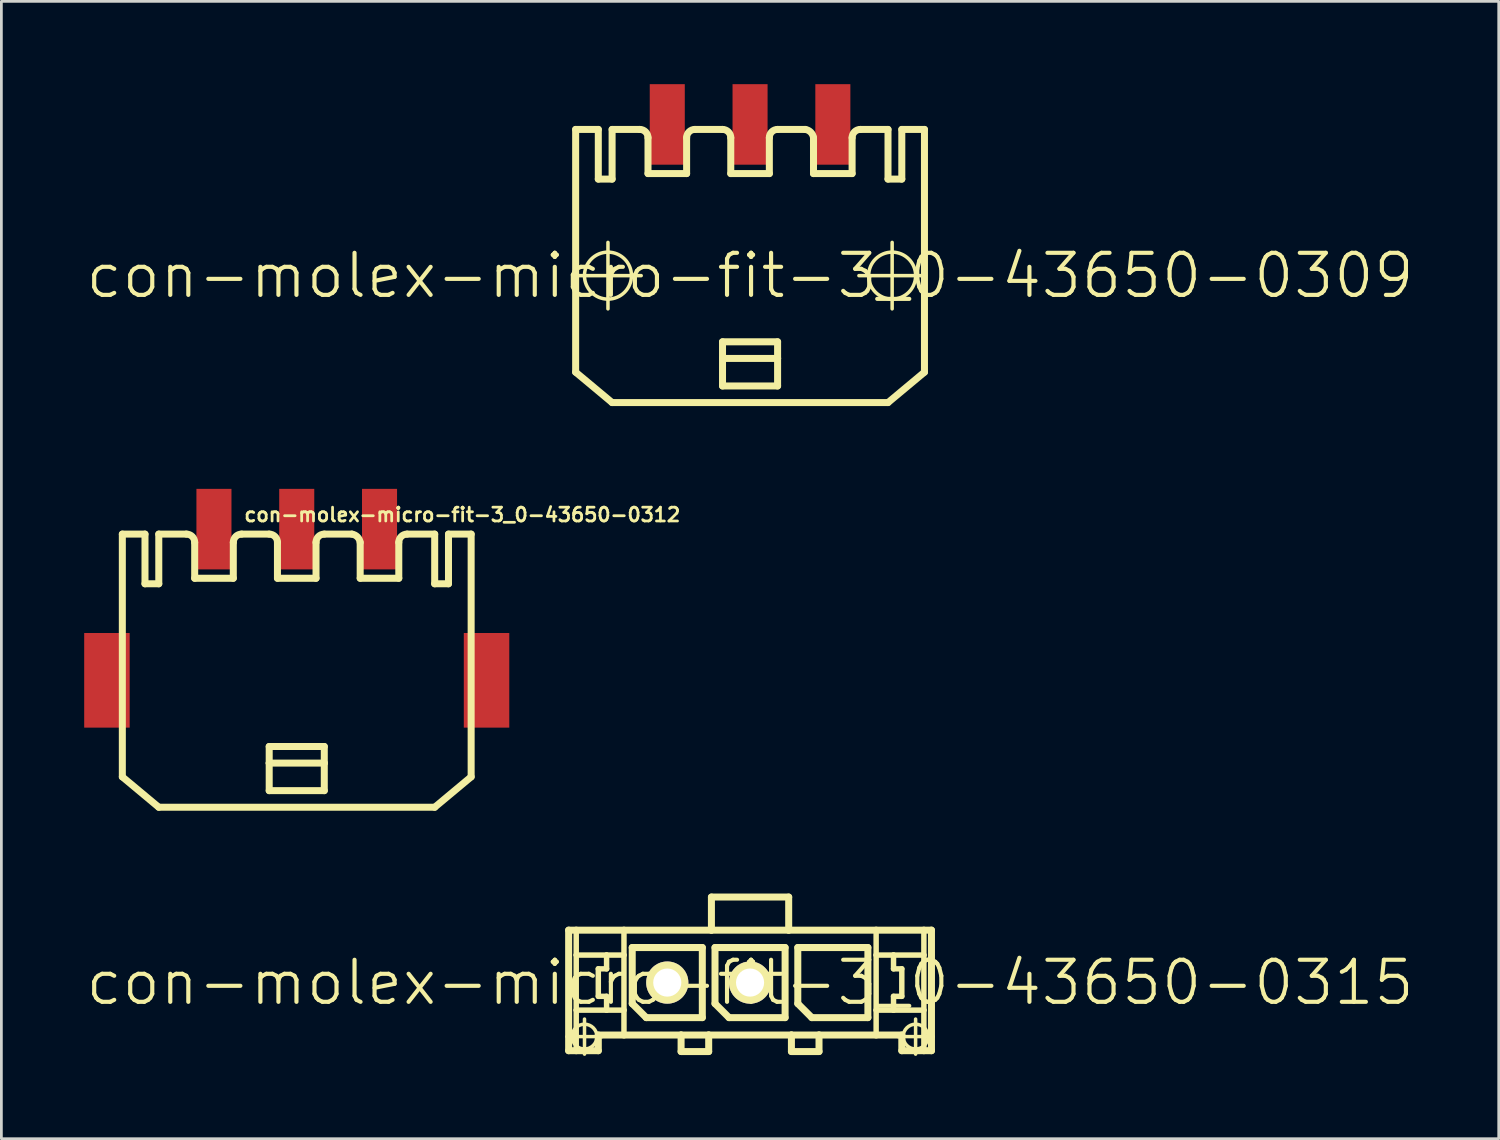
<source format=kicad_pcb>
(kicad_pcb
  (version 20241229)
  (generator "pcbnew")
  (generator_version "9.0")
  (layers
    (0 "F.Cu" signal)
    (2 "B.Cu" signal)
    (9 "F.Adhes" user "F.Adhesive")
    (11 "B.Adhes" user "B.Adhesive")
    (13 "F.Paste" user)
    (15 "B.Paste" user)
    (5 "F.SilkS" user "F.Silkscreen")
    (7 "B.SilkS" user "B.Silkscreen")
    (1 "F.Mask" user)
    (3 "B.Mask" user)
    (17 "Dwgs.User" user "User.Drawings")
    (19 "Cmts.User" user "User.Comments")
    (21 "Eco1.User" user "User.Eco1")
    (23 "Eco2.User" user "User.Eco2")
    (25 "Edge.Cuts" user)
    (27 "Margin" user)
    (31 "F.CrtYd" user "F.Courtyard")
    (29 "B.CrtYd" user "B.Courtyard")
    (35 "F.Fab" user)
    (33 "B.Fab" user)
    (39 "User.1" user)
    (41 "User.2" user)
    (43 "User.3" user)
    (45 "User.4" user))
  (footprint "con-molex-micro-fit-3_0-43650-0312"
    (layer "F.Cu")
    (at 7.703 21.603)
    (property "Reference" "con-molex-micro-fit-3_0-43650-0312" (at 6 -6 0) (layer "F.SilkS") (effects (font (size 0.5 0.5) (thickness 0.1))))
    (attr smd)
    (fp_line (start -6.32 -5.298) (end -5.499 -5.298) (stroke (width 0.254) (type solid)) (layer "F.SilkS"))
    (fp_line (start -6.32 3.498) (end -6.32 -5.298) (stroke (width 0.254) (type solid)) (layer "F.SilkS"))
    (fp_line (start -6.32 3.498) (end -4.999 4.6) (stroke (width 0.254) (type solid)) (layer "F.SilkS"))
    (fp_line (start -5.499 -5.298) (end -5.499 -3.498) (stroke (width 0.254) (type solid)) (layer "F.SilkS"))
    (fp_line (start -5.499 -3.498) (end -4.999 -3.498) (stroke (width 0.254) (type solid)) (layer "F.SilkS"))
    (fp_line (start -4.999 -5.298) (end -3.998 -5.298) (stroke (width 0.254) (type solid)) (layer "F.SilkS"))
    (fp_line (start -4.999 -3.498) (end -4.999 -5.298) (stroke (width 0.254) (type solid)) (layer "F.SilkS"))
    (fp_line (start -3.698 -3.698) (end -3.698 -4.999) (stroke (width 0.254) (type solid)) (layer "F.SilkS"))
    (fp_line (start -3.698 -3.698) (end -2.299 -3.698) (stroke (width 0.254) (type solid)) (layer "F.SilkS"))
    (fp_line (start -2.299 -3.698) (end -2.299 -4.999) (stroke (width 0.254) (type solid)) (layer "F.SilkS"))
    (fp_line (start -1.999 -5.298) (end -0.998 -5.298) (stroke (width 0.254) (type solid)) (layer "F.SilkS"))
    (fp_line (start -0.998 2.398) (end 0.998 2.398) (stroke (width 0.254) (type solid)) (layer "F.SilkS"))
    (fp_line (start -0.998 3) (end -0.998 2.398) (stroke (width 0.254) (type solid)) (layer "F.SilkS"))
    (fp_line (start -0.998 3) (end 0.998 3) (stroke (width 0.254) (type solid)) (layer "F.SilkS"))
    (fp_line (start -0.998 3.998) (end -0.998 3) (stroke (width 0.254) (type solid)) (layer "F.SilkS"))
    (fp_line (start -0.699 -3.698) (end -0.699 -4.999) (stroke (width 0.254) (type solid)) (layer "F.SilkS"))
    (fp_line (start -0.699 -3.698) (end 0.699 -3.698) (stroke (width 0.254) (type solid)) (layer "F.SilkS"))
    (fp_line (start 0.699 -3.698) (end 0.699 -4.999) (stroke (width 0.254) (type solid)) (layer "F.SilkS"))
    (fp_line (start 0.998 -5.298) (end 1.999 -5.298) (stroke (width 0.254) (type solid)) (layer "F.SilkS"))
    (fp_line (start 0.998 2.398) (end 0.998 3) (stroke (width 0.254) (type solid)) (layer "F.SilkS"))
    (fp_line (start 0.998 3) (end 0.998 3.998) (stroke (width 0.254) (type solid)) (layer "F.SilkS"))
    (fp_line (start 0.998 3.998) (end -0.998 3.998) (stroke (width 0.254) (type solid)) (layer "F.SilkS"))
    (fp_line (start 2.299 -4.999) (end 2.299 -3.698) (stroke (width 0.254) (type solid)) (layer "F.SilkS"))
    (fp_line (start 2.299 -3.698) (end 3.698 -3.698) (stroke (width 0.254) (type solid)) (layer "F.SilkS"))
    (fp_line (start 3.698 -3.698) (end 3.698 -4.999) (stroke (width 0.254) (type solid)) (layer "F.SilkS"))
    (fp_line (start 3.998 -5.298) (end 4.999 -5.298) (stroke (width 0.254) (type solid)) (layer "F.SilkS"))
    (fp_line (start 4.999 -3.498) (end 4.999 -5.298) (stroke (width 0.254) (type solid)) (layer "F.SilkS"))
    (fp_line (start 4.999 4.6) (end -4.999 4.6) (stroke (width 0.254) (type solid)) (layer "F.SilkS"))
    (fp_line (start 5.499 -5.298) (end 5.499 -3.498) (stroke (width 0.254) (type solid)) (layer "F.SilkS"))
    (fp_line (start 5.499 -5.298) (end 6.32 -5.298) (stroke (width 0.254) (type solid)) (layer "F.SilkS"))
    (fp_line (start 5.499 -3.498) (end 4.999 -3.498) (stroke (width 0.254) (type solid)) (layer "F.SilkS"))
    (fp_line (start 6.32 -5.298) (end 6.32 3.498) (stroke (width 0.254) (type solid)) (layer "F.SilkS"))
    (fp_line (start 6.32 3.498) (end 4.999 4.6) (stroke (width 0.254) (type solid)) (layer "F.SilkS"))
    (fp_arc (start -3.99796 -5.29844) (mid -3.786026 -5.210654) (end -3.69824 -4.99872) (stroke (width 0.254) (type solid)) (layer "F.SilkS"))
    (fp_arc (start -2.2987 -4.99872) (mid -2.210914 -5.210654) (end -1.99898 -5.29844) (stroke (width 0.254) (type solid)) (layer "F.SilkS"))
    (fp_arc (start -0.99822 -5.29844) (mid -0.786286 -5.210654) (end -0.6985 -4.99872) (stroke (width 0.254) (type solid)) (layer "F.SilkS"))
    (fp_arc (start 0.6985 -4.99872) (mid 0.786286 -5.210654) (end 0.99822 -5.29844) (stroke (width 0.254) (type solid)) (layer "F.SilkS"))
    (fp_arc (start 1.99898 -5.29844) (mid 2.199045 -5.197943) (end 2.298869 -4.997541) (stroke (width 0.254) (type solid)) (layer "F.SilkS"))
    (fp_arc (start 3.69824 -4.99872) (mid 3.786026 -5.210654) (end 3.99796 -5.29844) (stroke (width 0.254) (type solid)) (layer "F.SilkS"))
    (pad "1" smd rect (at 3 -5.479) (size 1.27 2.918) (layers "F.Cu" "F.Mask" "F.Paste"))
    (pad "2" smd rect (at 0 -5.479) (size 1.27 2.918) (layers "F.Cu" "F.Mask" "F.Paste"))
    (pad "3" smd rect (at -3 -5.479) (size 1.27 2.918) (layers "F.Cu" "F.Mask" "F.Paste"))
    (pad "TAB1" smd rect (at 6.878 0) (size 1.648 3.429) (layers "F.Cu" "F.Mask" "F.Paste"))
    (pad "TAB2" smd rect (at -6.878 0) (size 1.648 3.429) (layers "F.Cu" "F.Mask" "F.Paste")))
  (footprint "con-molex-micro-fit-3_0-43650-0315"
    (layer "F.Cu")
    (at 24.13 32.556)
    (property "Reference" "con-molex-micro-fit-3_0-43650-0315" (at 0 0 0) (layer "F.SilkS") (effects (font (size 1.524 1.524) (thickness 0.15))))
    (attr exclude_from_pos_files exclude_from_bom)
    (fp_line (start -6.634 1.958) (end -5.364 1.958) (stroke (width 0.127) (type solid)) (layer "F.SilkS"))
    (fp_line (start -6.574 -1.9) (end -6.299 -1.9) (stroke (width 0.254) (type solid)) (layer "F.SilkS"))
    (fp_line (start -6.574 2.469) (end -6.574 -1.9) (stroke (width 0.254) (type solid)) (layer "F.SilkS"))
    (fp_line (start -6.299 -1.9) (end -4.569 -1.9) (stroke (width 0.254) (type solid)) (layer "F.SilkS"))
    (fp_line (start -6.299 -0.998) (end -6.299 -1.9) (stroke (width 0.198) (type solid)) (layer "F.SilkS"))
    (fp_line (start -6.299 0.998) (end -6.299 -0.998) (stroke (width 0.198) (type solid)) (layer "F.SilkS"))
    (fp_line (start -6.299 2.469) (end -6.574 2.469) (stroke (width 0.254) (type solid)) (layer "F.SilkS"))
    (fp_line (start -6.299 2.469) (end -6.299 0.998) (stroke (width 0.198) (type solid)) (layer "F.SilkS"))
    (fp_line (start -5.999 2.593) (end -5.999 1.323) (stroke (width 0.127) (type solid)) (layer "F.SilkS"))
    (fp_line (start -5.499 -0.498) (end -5.499 0.498) (stroke (width 0.198) (type solid)) (layer "F.SilkS"))
    (fp_line (start -5.499 0.498) (end -5.199 0.498) (stroke (width 0.198) (type solid)) (layer "F.SilkS"))
    (fp_line (start -5.499 1.9) (end -5.499 2.469) (stroke (width 0.254) (type solid)) (layer "F.SilkS"))
    (fp_line (start -5.499 2.469) (end -6.299 2.469) (stroke (width 0.254) (type solid)) (layer "F.SilkS"))
    (fp_line (start -5.199 -0.998) (end -6.299 -0.998) (stroke (width 0.198) (type solid)) (layer "F.SilkS"))
    (fp_line (start -5.199 -0.998) (end -5.199 -0.498) (stroke (width 0.198) (type solid)) (layer "F.SilkS"))
    (fp_line (start -5.199 -0.498) (end -5.499 -0.498) (stroke (width 0.198) (type solid)) (layer "F.SilkS"))
    (fp_line (start -5.199 0.498) (end -5.199 0.998) (stroke (width 0.198) (type solid)) (layer "F.SilkS"))
    (fp_line (start -5.199 0.998) (end -6.299 0.998) (stroke (width 0.198) (type solid)) (layer "F.SilkS"))
    (fp_line (start -4.569 -1.9) (end -1.4 -1.9) (stroke (width 0.254) (type solid)) (layer "F.SilkS"))
    (fp_line (start -4.569 -0.998) (end -5.199 -0.998) (stroke (width 0.198) (type solid)) (layer "F.SilkS"))
    (fp_line (start -4.569 -0.998) (end -4.569 -1.9) (stroke (width 0.198) (type solid)) (layer "F.SilkS"))
    (fp_line (start -4.569 0.998) (end -5.199 0.998) (stroke (width 0.198) (type solid)) (layer "F.SilkS"))
    (fp_line (start -4.569 0.998) (end -4.569 -0.998) (stroke (width 0.198) (type solid)) (layer "F.SilkS"))
    (fp_line (start -4.569 1.9) (end -5.499 1.9) (stroke (width 0.254) (type solid)) (layer "F.SilkS"))
    (fp_line (start -4.569 1.9) (end -4.569 0.998) (stroke (width 0.198) (type solid)) (layer "F.SilkS"))
    (fp_line (start -4.27 -1.27) (end -1.73 -1.27) (stroke (width 0.254) (type solid)) (layer "F.SilkS"))
    (fp_line (start -4.27 0.762) (end -4.27 -1.27) (stroke (width 0.254) (type solid)) (layer "F.SilkS"))
    (fp_line (start -3.762 1.27) (end -4.27 0.762) (stroke (width 0.254) (type solid)) (layer "F.SilkS"))
    (fp_line (start -2.499 1.9) (end -4.569 1.9) (stroke (width 0.254) (type solid)) (layer "F.SilkS"))
    (fp_line (start -2.499 1.9) (end -2.499 2.499) (stroke (width 0.254) (type solid)) (layer "F.SilkS"))
    (fp_line (start -2.499 2.499) (end -1.499 2.499) (stroke (width 0.254) (type solid)) (layer "F.SilkS"))
    (fp_line (start -1.73 -1.27) (end -1.73 1.27) (stroke (width 0.254) (type solid)) (layer "F.SilkS"))
    (fp_line (start -1.73 1.27) (end -3.762 1.27) (stroke (width 0.254) (type solid)) (layer "F.SilkS"))
    (fp_line (start -1.499 1.9) (end -2.499 1.9) (stroke (width 0.254) (type solid)) (layer "F.SilkS"))
    (fp_line (start -1.499 2.499) (end -1.499 1.9) (stroke (width 0.254) (type solid)) (layer "F.SilkS"))
    (fp_line (start -1.4 -3.099) (end -1.4 -1.9) (stroke (width 0.254) (type solid)) (layer "F.SilkS"))
    (fp_line (start -1.4 -3.099) (end 1.4 -3.099) (stroke (width 0.254) (type solid)) (layer "F.SilkS"))
    (fp_line (start -1.4 -1.9) (end 1.4 -1.9) (stroke (width 0.254) (type solid)) (layer "F.SilkS"))
    (fp_line (start -1.27 -1.27) (end 1.27 -1.27) (stroke (width 0.254) (type solid)) (layer "F.SilkS"))
    (fp_line (start -1.27 0.762) (end -1.27 -1.27) (stroke (width 0.254) (type solid)) (layer "F.SilkS"))
    (fp_line (start -0.762 1.27) (end -1.27 0.762) (stroke (width 0.254) (type solid)) (layer "F.SilkS"))
    (fp_line (start 1.27 -1.27) (end 1.27 1.27) (stroke (width 0.254) (type solid)) (layer "F.SilkS"))
    (fp_line (start 1.27 1.27) (end -0.762 1.27) (stroke (width 0.254) (type solid)) (layer "F.SilkS"))
    (fp_line (start 1.4 -3.099) (end 1.4 -1.9) (stroke (width 0.254) (type solid)) (layer "F.SilkS"))
    (fp_line (start 1.4 -1.9) (end 4.569 -1.9) (stroke (width 0.254) (type solid)) (layer "F.SilkS"))
    (fp_line (start 1.499 1.9) (end -1.499 1.9) (stroke (width 0.254) (type solid)) (layer "F.SilkS"))
    (fp_line (start 1.499 1.9) (end 1.499 2.499) (stroke (width 0.254) (type solid)) (layer "F.SilkS"))
    (fp_line (start 1.499 2.499) (end 2.499 2.499) (stroke (width 0.254) (type solid)) (layer "F.SilkS"))
    (fp_line (start 1.73 -1.27) (end 4.27 -1.27) (stroke (width 0.254) (type solid)) (layer "F.SilkS"))
    (fp_line (start 1.73 0.762) (end 1.73 -1.27) (stroke (width 0.254) (type solid)) (layer "F.SilkS"))
    (fp_line (start 2.238 1.27) (end 1.73 0.762) (stroke (width 0.254) (type solid)) (layer "F.SilkS"))
    (fp_line (start 2.499 1.9) (end 1.499 1.9) (stroke (width 0.254) (type solid)) (layer "F.SilkS"))
    (fp_line (start 2.499 2.499) (end 2.499 1.9) (stroke (width 0.254) (type solid)) (layer "F.SilkS"))
    (fp_line (start 4.27 -1.27) (end 4.27 1.27) (stroke (width 0.254) (type solid)) (layer "F.SilkS"))
    (fp_line (start 4.27 1.27) (end 2.238 1.27) (stroke (width 0.254) (type solid)) (layer "F.SilkS"))
    (fp_line (start 4.569 -1.9) (end 4.569 -0.998) (stroke (width 0.198) (type solid)) (layer "F.SilkS"))
    (fp_line (start 4.569 -1.9) (end 6.299 -1.9) (stroke (width 0.254) (type solid)) (layer "F.SilkS"))
    (fp_line (start 4.569 -0.998) (end 4.569 0.998) (stroke (width 0.198) (type solid)) (layer "F.SilkS"))
    (fp_line (start 4.569 -0.998) (end 5.199 -0.998) (stroke (width 0.198) (type solid)) (layer "F.SilkS"))
    (fp_line (start 4.569 0.998) (end 4.569 1.9) (stroke (width 0.198) (type solid)) (layer "F.SilkS"))
    (fp_line (start 4.569 0.998) (end 5.199 0.998) (stroke (width 0.198) (type solid)) (layer "F.SilkS"))
    (fp_line (start 4.569 1.9) (end 2.499 1.9) (stroke (width 0.254) (type solid)) (layer "F.SilkS"))
    (fp_line (start 5.199 -0.998) (end 5.199 -0.498) (stroke (width 0.198) (type solid)) (layer "F.SilkS"))
    (fp_line (start 5.199 -0.998) (end 6.299 -0.998) (stroke (width 0.198) (type solid)) (layer "F.SilkS"))
    (fp_line (start 5.199 -0.498) (end 5.499 -0.498) (stroke (width 0.198) (type solid)) (layer "F.SilkS"))
    (fp_line (start 5.199 0.498) (end 5.199 0.998) (stroke (width 0.198) (type solid)) (layer "F.SilkS"))
    (fp_line (start 5.199 0.998) (end 6.299 0.998) (stroke (width 0.198) (type solid)) (layer "F.SilkS"))
    (fp_line (start 5.364 1.958) (end 6.634 1.958) (stroke (width 0.127) (type solid)) (layer "F.SilkS"))
    (fp_line (start 5.499 -0.498) (end 5.499 0.498) (stroke (width 0.198) (type solid)) (layer "F.SilkS"))
    (fp_line (start 5.499 0.498) (end 5.199 0.498) (stroke (width 0.198) (type solid)) (layer "F.SilkS"))
    (fp_line (start 5.499 1.9) (end 4.569 1.9) (stroke (width 0.254) (type solid)) (layer "F.SilkS"))
    (fp_line (start 5.499 2.469) (end 5.499 1.9) (stroke (width 0.254) (type solid)) (layer "F.SilkS"))
    (fp_line (start 5.499 2.469) (end 6.299 2.469) (stroke (width 0.254) (type solid)) (layer "F.SilkS"))
    (fp_line (start 5.999 2.593) (end 5.999 1.323) (stroke (width 0.127) (type solid)) (layer "F.SilkS"))
    (fp_line (start 6.299 -1.9) (end 6.574 -1.9) (stroke (width 0.254) (type solid)) (layer "F.SilkS"))
    (fp_line (start 6.299 -0.998) (end 6.299 -1.9) (stroke (width 0.198) (type solid)) (layer "F.SilkS"))
    (fp_line (start 6.299 0.998) (end 6.299 -0.998) (stroke (width 0.198) (type solid)) (layer "F.SilkS"))
    (fp_line (start 6.299 2.469) (end 6.299 0.998) (stroke (width 0.198) (type solid)) (layer "F.SilkS"))
    (fp_line (start 6.299 2.469) (end 6.574 2.469) (stroke (width 0.254) (type solid)) (layer "F.SilkS"))
    (fp_line (start 6.574 -1.9) (end 6.574 2.469) (stroke (width 0.254) (type solid)) (layer "F.SilkS"))
    (fp_circle (center -5.999 1.958) (end -6.317 2.276) (stroke (width 0.127) (type solid)) (fill no) (layer "F.SilkS"))
    (fp_circle (center 5.999 1.958) (end 6.317 2.276) (stroke (width 0.127) (type solid)) (fill no) (layer "F.SilkS"))
    (pad "P$1" thru_hole rect (at 3 0) (size 0.001 0.001) (drill 1.019) (layers "*.Cu" "F.Mask" "F.SilkS" "F.Paste"))
    (pad "P$2" thru_hole circle (at 0 0) (size 1.529 1.529) (drill 1.019) (layers "*.Cu" "F.Mask" "F.SilkS" "F.Paste"))
    (pad "P$3" thru_hole circle (at -3 0) (size 1.529 1.529) (drill 1.019) (layers "*.Cu" "F.Mask" "F.SilkS" "F.Paste")))
  (footprint "con-molex-micro-fit-3_0-43650-0309"
    (layer "F.Cu")
    (at 24.13 6.938)
    (property "Reference" "con-molex-micro-fit-3_0-43650-0309" (at 0 0 0) (layer "F.SilkS") (effects (font (size 1.524 1.524) (thickness 0.15))))
    (attr smd)
    (fp_line (start -6.353 0) (end -3.945 0) (stroke (width 0.127) (type solid)) (layer "F.SilkS"))
    (fp_line (start -6.32 -5.298) (end -5.499 -5.298) (stroke (width 0.254) (type solid)) (layer "F.SilkS"))
    (fp_line (start -6.32 3.498) (end -6.32 -5.298) (stroke (width 0.254) (type solid)) (layer "F.SilkS"))
    (fp_line (start -6.32 3.498) (end -4.999 4.6) (stroke (width 0.254) (type solid)) (layer "F.SilkS"))
    (fp_line (start -5.499 -5.298) (end -5.499 -3.498) (stroke (width 0.254) (type solid)) (layer "F.SilkS"))
    (fp_line (start -5.499 -3.498) (end -4.999 -3.498) (stroke (width 0.254) (type solid)) (layer "F.SilkS"))
    (fp_line (start -5.149 1.204) (end -5.149 -1.204) (stroke (width 0.127) (type solid)) (layer "F.SilkS"))
    (fp_line (start -4.999 -5.298) (end -3.998 -5.298) (stroke (width 0.254) (type solid)) (layer "F.SilkS"))
    (fp_line (start -4.999 -3.498) (end -4.999 -5.298) (stroke (width 0.254) (type solid)) (layer "F.SilkS"))
    (fp_line (start -3.698 -3.698) (end -3.698 -4.999) (stroke (width 0.254) (type solid)) (layer "F.SilkS"))
    (fp_line (start -3.698 -3.698) (end -2.299 -3.698) (stroke (width 0.254) (type solid)) (layer "F.SilkS"))
    (fp_line (start -2.299 -3.698) (end -2.299 -4.999) (stroke (width 0.254) (type solid)) (layer "F.SilkS"))
    (fp_line (start -1.999 -5.298) (end -0.998 -5.298) (stroke (width 0.254) (type solid)) (layer "F.SilkS"))
    (fp_line (start -0.998 2.398) (end 0.998 2.398) (stroke (width 0.254) (type solid)) (layer "F.SilkS"))
    (fp_line (start -0.998 3) (end -0.998 2.398) (stroke (width 0.254) (type solid)) (layer "F.SilkS"))
    (fp_line (start -0.998 3) (end 0.998 3) (stroke (width 0.254) (type solid)) (layer "F.SilkS"))
    (fp_line (start -0.998 3.998) (end -0.998 3) (stroke (width 0.254) (type solid)) (layer "F.SilkS"))
    (fp_line (start -0.699 -3.698) (end -0.699 -4.999) (stroke (width 0.254) (type solid)) (layer "F.SilkS"))
    (fp_line (start -0.699 -3.698) (end 0.699 -3.698) (stroke (width 0.254) (type solid)) (layer "F.SilkS"))
    (fp_line (start 0.699 -3.698) (end 0.699 -4.999) (stroke (width 0.254) (type solid)) (layer "F.SilkS"))
    (fp_line (start 0.998 -5.298) (end 1.999 -5.298) (stroke (width 0.254) (type solid)) (layer "F.SilkS"))
    (fp_line (start 0.998 2.398) (end 0.998 3) (stroke (width 0.254) (type solid)) (layer "F.SilkS"))
    (fp_line (start 0.998 3) (end 0.998 3.998) (stroke (width 0.254) (type solid)) (layer "F.SilkS"))
    (fp_line (start 0.998 3.998) (end -0.998 3.998) (stroke (width 0.254) (type solid)) (layer "F.SilkS"))
    (fp_line (start 2.299 -4.999) (end 2.299 -3.698) (stroke (width 0.254) (type solid)) (layer "F.SilkS"))
    (fp_line (start 2.299 -3.698) (end 3.698 -3.698) (stroke (width 0.254) (type solid)) (layer "F.SilkS"))
    (fp_line (start 3.698 -3.698) (end 3.698 -4.999) (stroke (width 0.254) (type solid)) (layer "F.SilkS"))
    (fp_line (start 3.945 0) (end 6.353 0) (stroke (width 0.127) (type solid)) (layer "F.SilkS"))
    (fp_line (start 3.998 -5.298) (end 4.999 -5.298) (stroke (width 0.254) (type solid)) (layer "F.SilkS"))
    (fp_line (start 4.999 -3.498) (end 4.999 -5.298) (stroke (width 0.254) (type solid)) (layer "F.SilkS"))
    (fp_line (start 4.999 4.6) (end -4.999 4.6) (stroke (width 0.254) (type solid)) (layer "F.SilkS"))
    (fp_line (start 5.149 1.204) (end 5.149 -1.204) (stroke (width 0.127) (type solid)) (layer "F.SilkS"))
    (fp_line (start 5.499 -5.298) (end 5.499 -3.498) (stroke (width 0.254) (type solid)) (layer "F.SilkS"))
    (fp_line (start 5.499 -5.298) (end 6.32 -5.298) (stroke (width 0.254) (type solid)) (layer "F.SilkS"))
    (fp_line (start 5.499 -3.498) (end 4.999 -3.498) (stroke (width 0.254) (type solid)) (layer "F.SilkS"))
    (fp_line (start 6.32 -5.298) (end 6.32 3.498) (stroke (width 0.254) (type solid)) (layer "F.SilkS"))
    (fp_line (start 6.32 3.498) (end 4.999 4.6) (stroke (width 0.254) (type solid)) (layer "F.SilkS"))
    (fp_arc (start -3.99796 -5.29844) (mid -3.786026 -5.210654) (end -3.69824 -4.99872) (stroke (width 0.254) (type solid)) (layer "F.SilkS"))
    (fp_arc (start -2.2987 -4.99872) (mid -2.210914 -5.210654) (end -1.99898 -5.29844) (stroke (width 0.254) (type solid)) (layer "F.SilkS"))
    (fp_arc (start -0.99822 -5.29844) (mid -0.786286 -5.210654) (end -0.6985 -4.99872) (stroke (width 0.254) (type solid)) (layer "F.SilkS"))
    (fp_arc (start 0.6985 -4.99872) (mid 0.786286 -5.210654) (end 0.99822 -5.29844) (stroke (width 0.254) (type solid)) (layer "F.SilkS"))
    (fp_arc (start 1.99898 -5.29844) (mid 2.199045 -5.197943) (end 2.298869 -4.997541) (stroke (width 0.254) (type solid)) (layer "F.SilkS"))
    (fp_arc (start 3.69824 -4.99872) (mid 3.786026 -5.210654) (end 3.99796 -5.29844) (stroke (width 0.254) (type solid)) (layer "F.SilkS"))
    (fp_circle (center -5.149 0) (end -5.751 0.602) (stroke (width 0.127) (type solid)) (fill no) (layer "F.SilkS"))
    (fp_circle (center 5.149 0) (end 5.751 0.602) (stroke (width 0.127) (type solid)) (fill no) (layer "F.SilkS"))
    (pad "P$1" smd rect (at 3 -5.479) (size 1.27 2.918) (layers "F.Cu" "F.Mask" "F.Paste"))
    (pad "P$2" smd rect (at 0 -5.479) (size 1.27 2.918) (layers "F.Cu" "F.Mask" "F.Paste"))
    (pad "P$3" smd rect (at -3 -5.479) (size 1.27 2.918) (layers "F.Cu" "F.Mask" "F.Paste")))
  (gr_rect
    (start -3 -3)
    (end 51.26 38.213)
    (stroke (width 0.1) (type default))
    (fill no)
    (layer "Edge.Cuts")))
</source>
